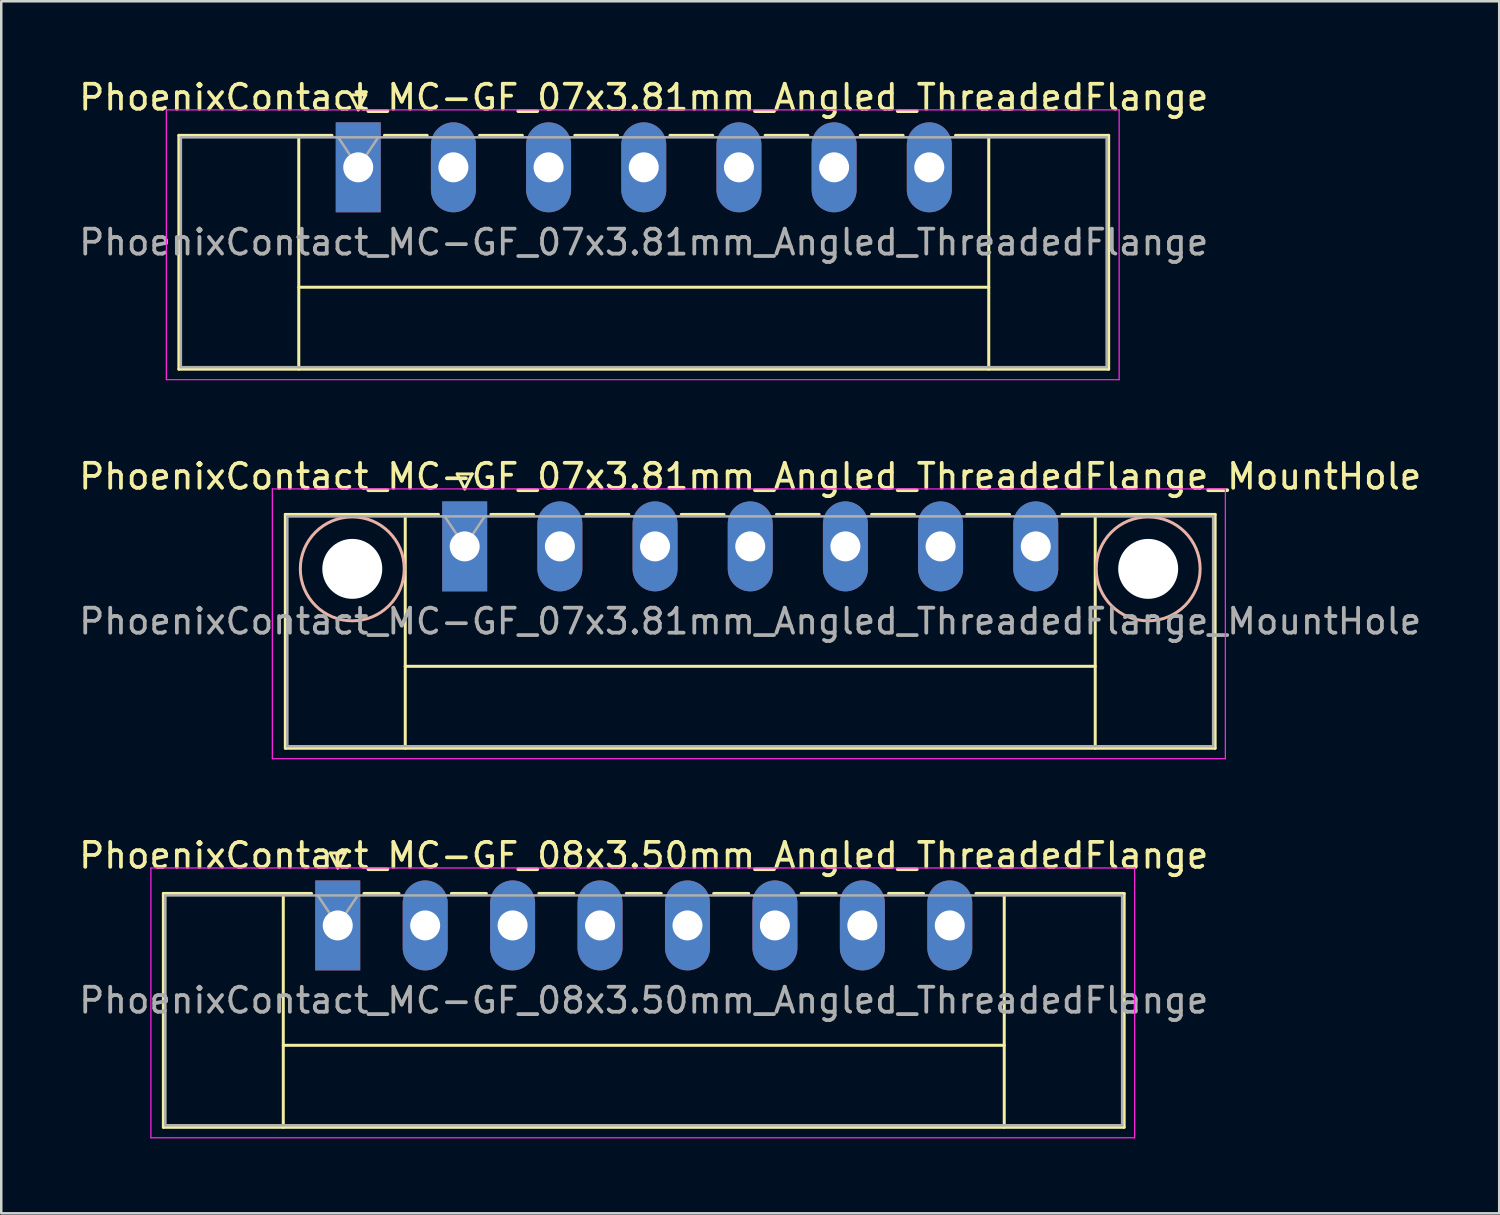
<source format=kicad_pcb>
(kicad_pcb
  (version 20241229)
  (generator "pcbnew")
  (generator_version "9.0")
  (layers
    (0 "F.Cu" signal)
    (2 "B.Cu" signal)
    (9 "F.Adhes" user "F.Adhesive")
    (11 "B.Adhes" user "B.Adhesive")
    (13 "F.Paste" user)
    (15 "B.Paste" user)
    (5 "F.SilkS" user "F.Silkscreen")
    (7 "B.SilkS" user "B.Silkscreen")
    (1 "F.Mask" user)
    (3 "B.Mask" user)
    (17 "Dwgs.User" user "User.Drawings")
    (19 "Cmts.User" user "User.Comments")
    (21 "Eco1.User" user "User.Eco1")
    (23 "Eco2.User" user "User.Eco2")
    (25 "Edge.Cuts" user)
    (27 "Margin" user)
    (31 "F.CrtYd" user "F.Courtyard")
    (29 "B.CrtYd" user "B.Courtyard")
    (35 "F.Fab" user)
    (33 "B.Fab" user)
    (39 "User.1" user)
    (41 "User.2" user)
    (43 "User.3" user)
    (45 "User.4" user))
  (footprint "PhoenixContact_MC-GF_07x3.81mm_Angled_ThreadedFlange"
    (layer "F.Cu")
    (at 11.29 3.648)
    (property "Reference" "PhoenixContact_MC-GF_07x3.81mm_Angled_ThreadedFlange" (at 11.43 -2.8 0) (layer "F.SilkS") (effects (font (size 1 1) (thickness 0.15))))
    (attr through_hole)
    (fp_line (start -7.18 -1.28) (end -7.18 8.08) (stroke (width 0.12) (type solid)) (layer "F.SilkS"))
    (fp_line (start -7.18 -1.28) (end -1.05 -1.28) (stroke (width 0.12) (type solid)) (layer "F.SilkS"))
    (fp_line (start -7.18 8.08) (end 30.04 8.08) (stroke (width 0.12) (type solid)) (layer "F.SilkS"))
    (fp_line (start -2.38 -1.28) (end -2.38 8.08) (stroke (width 0.12) (type solid)) (layer "F.SilkS"))
    (fp_line (start -2.38 4.8) (end 25.24 4.8) (stroke (width 0.12) (type solid)) (layer "F.SilkS"))
    (fp_line (start -0.3 -2.9) (end 0.3 -2.9) (stroke (width 0.12) (type solid)) (layer "F.SilkS"))
    (fp_line (start 0 -2.3) (end -0.3 -2.9) (stroke (width 0.12) (type solid)) (layer "F.SilkS"))
    (fp_line (start 0.3 -2.9) (end 0 -2.3) (stroke (width 0.12) (type solid)) (layer "F.SilkS"))
    (fp_line (start 1.05 -1.28) (end 2.76 -1.28) (stroke (width 0.12) (type solid)) (layer "F.SilkS"))
    (fp_line (start 4.86 -1.28) (end 6.57 -1.28) (stroke (width 0.12) (type solid)) (layer "F.SilkS"))
    (fp_line (start 8.67 -1.28) (end 10.38 -1.28) (stroke (width 0.12) (type solid)) (layer "F.SilkS"))
    (fp_line (start 12.48 -1.28) (end 14.19 -1.28) (stroke (width 0.12) (type solid)) (layer "F.SilkS"))
    (fp_line (start 16.29 -1.28) (end 18 -1.28) (stroke (width 0.12) (type solid)) (layer "F.SilkS"))
    (fp_line (start 20.1 -1.28) (end 21.81 -1.28) (stroke (width 0.12) (type solid)) (layer "F.SilkS"))
    (fp_line (start 25.24 -1.28) (end 25.24 8.08) (stroke (width 0.12) (type solid)) (layer "F.SilkS"))
    (fp_line (start 30.04 -1.28) (end 23.91 -1.28) (stroke (width 0.12) (type solid)) (layer "F.SilkS"))
    (fp_line (start 30.04 8.08) (end 30.04 -1.28) (stroke (width 0.12) (type solid)) (layer "F.SilkS"))
    (fp_line (start -7.68 -2.3) (end -7.68 8.5) (stroke (width 0.05) (type solid)) (layer "F.CrtYd"))
    (fp_line (start -7.68 8.5) (end 30.46 8.5) (stroke (width 0.05) (type solid)) (layer "F.CrtYd"))
    (fp_line (start 30.46 -2.3) (end -7.68 -2.3) (stroke (width 0.05) (type solid)) (layer "F.CrtYd"))
    (fp_line (start 30.46 8.5) (end 30.46 -2.3) (stroke (width 0.05) (type solid)) (layer "F.CrtYd"))
    (fp_line (start -7.1 -1.2) (end -7.1 8) (stroke (width 0.1) (type solid)) (layer "F.Fab"))
    (fp_line (start -7.1 8) (end 29.96 8) (stroke (width 0.1) (type solid)) (layer "F.Fab"))
    (fp_line (start 0 0) (end -0.8 -1.2) (stroke (width 0.1) (type solid)) (layer "F.Fab"))
    (fp_line (start 0.8 -1.2) (end 0 0) (stroke (width 0.1) (type solid)) (layer "F.Fab"))
    (fp_line (start 29.96 -1.2) (end -7.1 -1.2) (stroke (width 0.1) (type solid)) (layer "F.Fab"))
    (fp_line (start 29.96 8) (end 29.96 -1.2) (stroke (width 0.1) (type solid)) (layer "F.Fab"))
    (fp_text user "${REFERENCE}" (at 11.43 3 0) (layer "F.Fab") (effects (font (size 1 1) (thickness 0.15))))
    (pad "1" thru_hole rect (at 0 0) (size 1.8 3.6) (drill 1.2) (layers "*.Cu" "*.Mask"))
    (pad "2" thru_hole oval (at 3.81 0) (size 1.8 3.6) (drill 1.2) (layers "*.Cu" "*.Mask"))
    (pad "3" thru_hole oval (at 7.62 0) (size 1.8 3.6) (drill 1.2) (layers "*.Cu" "*.Mask"))
    (pad "4" thru_hole oval (at 11.43 0) (size 1.8 3.6) (drill 1.2) (layers "*.Cu" "*.Mask"))
    (pad "5" thru_hole oval (at 15.24 0) (size 1.8 3.6) (drill 1.2) (layers "*.Cu" "*.Mask"))
    (pad "6" thru_hole oval (at 19.05 0) (size 1.8 3.6) (drill 1.2) (layers "*.Cu" "*.Mask"))
    (pad "7" thru_hole oval (at 22.86 0) (size 1.8 3.6) (drill 1.2) (layers "*.Cu" "*.Mask")))
  (footprint "PhoenixContact_MC-GF_08x3.50mm_Angled_ThreadedFlange"
    (layer "F.Cu")
    (at 10.47 33.995)
    (property "Reference" "PhoenixContact_MC-GF_08x3.50mm_Angled_ThreadedFlange" (at 12.25 -2.8 0) (layer "F.SilkS") (effects (font (size 1 1) (thickness 0.15))))
    (attr through_hole)
    (fp_line (start -6.98 -1.28) (end -6.98 8.08) (stroke (width 0.12) (type solid)) (layer "F.SilkS"))
    (fp_line (start -6.98 -1.28) (end -1.05 -1.28) (stroke (width 0.12) (type solid)) (layer "F.SilkS"))
    (fp_line (start -6.98 8.08) (end 31.48 8.08) (stroke (width 0.12) (type solid)) (layer "F.SilkS"))
    (fp_line (start -2.18 -1.28) (end -2.18 8.08) (stroke (width 0.12) (type solid)) (layer "F.SilkS"))
    (fp_line (start -2.18 4.8) (end 26.68 4.8) (stroke (width 0.12) (type solid)) (layer "F.SilkS"))
    (fp_line (start -0.3 -2.9) (end 0.3 -2.9) (stroke (width 0.12) (type solid)) (layer "F.SilkS"))
    (fp_line (start 0 -2.3) (end -0.3 -2.9) (stroke (width 0.12) (type solid)) (layer "F.SilkS"))
    (fp_line (start 0.3 -2.9) (end 0 -2.3) (stroke (width 0.12) (type solid)) (layer "F.SilkS"))
    (fp_line (start 1.05 -1.28) (end 2.45 -1.28) (stroke (width 0.12) (type solid)) (layer "F.SilkS"))
    (fp_line (start 4.55 -1.28) (end 5.95 -1.28) (stroke (width 0.12) (type solid)) (layer "F.SilkS"))
    (fp_line (start 8.05 -1.28) (end 9.45 -1.28) (stroke (width 0.12) (type solid)) (layer "F.SilkS"))
    (fp_line (start 11.55 -1.28) (end 12.95 -1.28) (stroke (width 0.12) (type solid)) (layer "F.SilkS"))
    (fp_line (start 15.05 -1.28) (end 16.45 -1.28) (stroke (width 0.12) (type solid)) (layer "F.SilkS"))
    (fp_line (start 18.55 -1.28) (end 19.95 -1.28) (stroke (width 0.12) (type solid)) (layer "F.SilkS"))
    (fp_line (start 22.05 -1.28) (end 23.45 -1.28) (stroke (width 0.12) (type solid)) (layer "F.SilkS"))
    (fp_line (start 26.68 -1.28) (end 26.68 8.08) (stroke (width 0.12) (type solid)) (layer "F.SilkS"))
    (fp_line (start 31.48 -1.28) (end 25.55 -1.28) (stroke (width 0.12) (type solid)) (layer "F.SilkS"))
    (fp_line (start 31.48 8.08) (end 31.48 -1.28) (stroke (width 0.12) (type solid)) (layer "F.SilkS"))
    (fp_line (start -7.48 -2.3) (end -7.48 8.5) (stroke (width 0.05) (type solid)) (layer "F.CrtYd"))
    (fp_line (start -7.48 8.5) (end 31.9 8.5) (stroke (width 0.05) (type solid)) (layer "F.CrtYd"))
    (fp_line (start 31.9 -2.3) (end -7.48 -2.3) (stroke (width 0.05) (type solid)) (layer "F.CrtYd"))
    (fp_line (start 31.9 8.5) (end 31.9 -2.3) (stroke (width 0.05) (type solid)) (layer "F.CrtYd"))
    (fp_line (start -6.9 -1.2) (end -6.9 8) (stroke (width 0.1) (type solid)) (layer "F.Fab"))
    (fp_line (start -6.9 8) (end 31.4 8) (stroke (width 0.1) (type solid)) (layer "F.Fab"))
    (fp_line (start 0 0) (end -0.8 -1.2) (stroke (width 0.1) (type solid)) (layer "F.Fab"))
    (fp_line (start 0.8 -1.2) (end 0 0) (stroke (width 0.1) (type solid)) (layer "F.Fab"))
    (fp_line (start 31.4 -1.2) (end -6.9 -1.2) (stroke (width 0.1) (type solid)) (layer "F.Fab"))
    (fp_line (start 31.4 8) (end 31.4 -1.2) (stroke (width 0.1) (type solid)) (layer "F.Fab"))
    (fp_text user "${REFERENCE}" (at 12.25 3 0) (layer "F.Fab") (effects (font (size 1 1) (thickness 0.15))))
    (pad "1" thru_hole rect (at 0 0) (size 1.8 3.6) (drill 1.2) (layers "*.Cu" "*.Mask"))
    (pad "2" thru_hole oval (at 3.5 0) (size 1.8 3.6) (drill 1.2) (layers "*.Cu" "*.Mask"))
    (pad "3" thru_hole oval (at 7 0) (size 1.8 3.6) (drill 1.2) (layers "*.Cu" "*.Mask"))
    (pad "4" thru_hole oval (at 10.5 0) (size 1.8 3.6) (drill 1.2) (layers "*.Cu" "*.Mask"))
    (pad "5" thru_hole oval (at 14 0) (size 1.8 3.6) (drill 1.2) (layers "*.Cu" "*.Mask"))
    (pad "6" thru_hole oval (at 17.5 0) (size 1.8 3.6) (drill 1.2) (layers "*.Cu" "*.Mask"))
    (pad "7" thru_hole oval (at 21 0) (size 1.8 3.6) (drill 1.2) (layers "*.Cu" "*.Mask"))
    (pad "8" thru_hole oval (at 24.5 0) (size 1.8 3.6) (drill 1.2) (layers "*.Cu" "*.Mask")))
  (footprint "PhoenixContact_MC-GF_07x3.81mm_Angled_ThreadedFlange_MountHole"
    (layer "F.Cu")
    (at 15.552 18.822)
    (property "Reference" "PhoenixContact_MC-GF_07x3.81mm_Angled_ThreadedFlange_MountHole" (at 11.43 -2.8 0) (layer "F.SilkS") (effects (font (size 1 1) (thickness 0.15))))
    (attr through_hole)
    (fp_line (start -7.18 -1.28) (end -7.18 8.08) (stroke (width 0.12) (type solid)) (layer "F.SilkS"))
    (fp_line (start -7.18 -1.28) (end -1.05 -1.28) (stroke (width 0.12) (type solid)) (layer "F.SilkS"))
    (fp_line (start -7.18 8.08) (end 30.04 8.08) (stroke (width 0.12) (type solid)) (layer "F.SilkS"))
    (fp_line (start -2.38 -1.28) (end -2.38 8.08) (stroke (width 0.12) (type solid)) (layer "F.SilkS"))
    (fp_line (start -2.38 4.8) (end 25.24 4.8) (stroke (width 0.12) (type solid)) (layer "F.SilkS"))
    (fp_line (start -0.3 -2.9) (end 0.3 -2.9) (stroke (width 0.12) (type solid)) (layer "F.SilkS"))
    (fp_line (start 0 -2.3) (end -0.3 -2.9) (stroke (width 0.12) (type solid)) (layer "F.SilkS"))
    (fp_line (start 0.3 -2.9) (end 0 -2.3) (stroke (width 0.12) (type solid)) (layer "F.SilkS"))
    (fp_line (start 1.05 -1.28) (end 2.76 -1.28) (stroke (width 0.12) (type solid)) (layer "F.SilkS"))
    (fp_line (start 4.86 -1.28) (end 6.57 -1.28) (stroke (width 0.12) (type solid)) (layer "F.SilkS"))
    (fp_line (start 8.67 -1.28) (end 10.38 -1.28) (stroke (width 0.12) (type solid)) (layer "F.SilkS"))
    (fp_line (start 12.48 -1.28) (end 14.19 -1.28) (stroke (width 0.12) (type solid)) (layer "F.SilkS"))
    (fp_line (start 16.29 -1.28) (end 18 -1.28) (stroke (width 0.12) (type solid)) (layer "F.SilkS"))
    (fp_line (start 20.1 -1.28) (end 21.81 -1.28) (stroke (width 0.12) (type solid)) (layer "F.SilkS"))
    (fp_line (start 25.24 -1.28) (end 25.24 8.08) (stroke (width 0.12) (type solid)) (layer "F.SilkS"))
    (fp_line (start 30.04 -1.28) (end 23.91 -1.28) (stroke (width 0.12) (type solid)) (layer "F.SilkS"))
    (fp_line (start 30.04 8.08) (end 30.04 -1.28) (stroke (width 0.12) (type solid)) (layer "F.SilkS"))
    (fp_circle (center -4.5 0.9) (end -2.42 0.9) (stroke (width 0.12) (type solid)) (fill no) (layer "B.SilkS"))
    (fp_circle (center 27.36 0.9) (end 29.44 0.9) (stroke (width 0.12) (type solid)) (fill no) (layer "B.SilkS"))
    (fp_line (start -7.7 -2.3) (end -7.7 8.5) (stroke (width 0.05) (type solid)) (layer "F.CrtYd"))
    (fp_line (start -7.7 8.5) (end 30.45 8.5) (stroke (width 0.05) (type solid)) (layer "F.CrtYd"))
    (fp_line (start 30.45 -2.3) (end -7.7 -2.3) (stroke (width 0.05) (type solid)) (layer "F.CrtYd"))
    (fp_line (start 30.45 8.5) (end 30.45 -2.3) (stroke (width 0.05) (type solid)) (layer "F.CrtYd"))
    (fp_line (start -7.1 -1.2) (end -7.1 8) (stroke (width 0.1) (type solid)) (layer "F.Fab"))
    (fp_line (start -7.1 8) (end 29.96 8) (stroke (width 0.1) (type solid)) (layer "F.Fab"))
    (fp_line (start 0 0) (end -0.8 -1.2) (stroke (width 0.1) (type solid)) (layer "F.Fab"))
    (fp_line (start 0.8 -1.2) (end 0 0) (stroke (width 0.1) (type solid)) (layer "F.Fab"))
    (fp_line (start 29.96 -1.2) (end -7.1 -1.2) (stroke (width 0.1) (type solid)) (layer "F.Fab"))
    (fp_line (start 29.96 8) (end 29.96 -1.2) (stroke (width 0.1) (type solid)) (layer "F.Fab"))
    (fp_text user "${REFERENCE}" (at 11.43 3 0) (layer "F.Fab") (effects (font (size 1 1) (thickness 0.15))))
    (pad "" np_thru_hole circle (at -4.5 0.9) (size 2.4 2.4) (drill 2.4) (layers "*.Cu" "*.Mask"))
    (pad "" np_thru_hole circle (at 27.36 0.9) (size 2.4 2.4) (drill 2.4) (layers "*.Cu" "*.Mask"))
    (pad "1" thru_hole rect (at 0 0) (size 1.8 3.6) (drill 1.2) (layers "*.Cu" "*.Mask"))
    (pad "2" thru_hole oval (at 3.81 0) (size 1.8 3.6) (drill 1.2) (layers "*.Cu" "*.Mask"))
    (pad "3" thru_hole oval (at 7.62 0) (size 1.8 3.6) (drill 1.2) (layers "*.Cu" "*.Mask"))
    (pad "4" thru_hole oval (at 11.43 0) (size 1.8 3.6) (drill 1.2) (layers "*.Cu" "*.Mask"))
    (pad "5" thru_hole oval (at 15.24 0) (size 1.8 3.6) (drill 1.2) (layers "*.Cu" "*.Mask"))
    (pad "6" thru_hole oval (at 19.05 0) (size 1.8 3.6) (drill 1.2) (layers "*.Cu" "*.Mask"))
    (pad "7" thru_hole oval (at 22.86 0) (size 1.8 3.6) (drill 1.2) (layers "*.Cu" "*.Mask")))
  (gr_rect
    (start -3 -3)
    (end 56.964 45.52)
    (stroke (width 0.1) (type default))
    (fill no)
    (layer "Edge.Cuts")))
</source>
